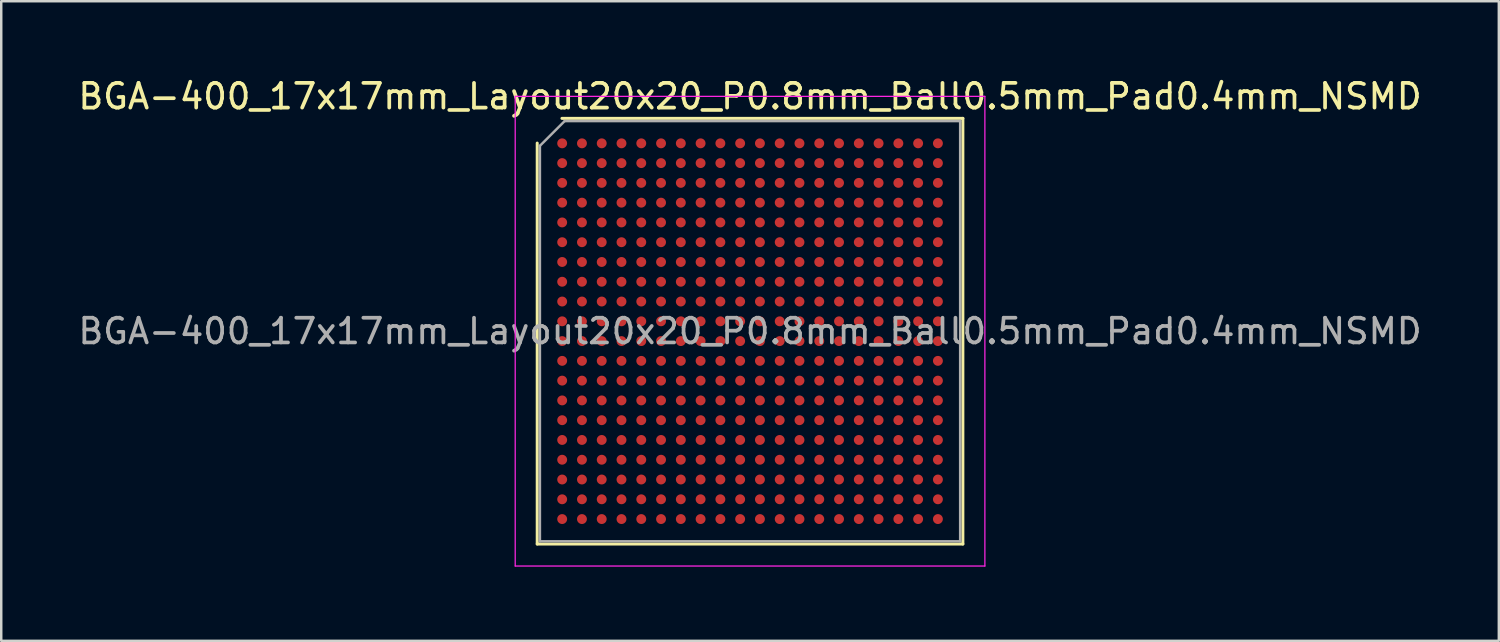
<source format=kicad_pcb>
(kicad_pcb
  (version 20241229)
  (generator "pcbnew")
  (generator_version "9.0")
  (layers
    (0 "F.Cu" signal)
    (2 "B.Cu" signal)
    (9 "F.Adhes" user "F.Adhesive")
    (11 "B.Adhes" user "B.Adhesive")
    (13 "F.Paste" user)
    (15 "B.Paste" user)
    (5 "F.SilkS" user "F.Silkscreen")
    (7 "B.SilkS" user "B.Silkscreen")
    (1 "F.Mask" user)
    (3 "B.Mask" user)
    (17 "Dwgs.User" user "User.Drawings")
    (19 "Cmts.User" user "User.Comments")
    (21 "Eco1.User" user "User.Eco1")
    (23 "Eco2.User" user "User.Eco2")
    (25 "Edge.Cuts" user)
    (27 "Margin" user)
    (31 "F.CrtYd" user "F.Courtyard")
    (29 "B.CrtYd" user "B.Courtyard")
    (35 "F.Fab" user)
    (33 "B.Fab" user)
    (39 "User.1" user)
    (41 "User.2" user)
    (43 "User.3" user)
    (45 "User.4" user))
  (footprint "BGA-400_17x17mm_Layout20x20_P0.8mm_Ball0.5mm_Pad0.4mm_NSMD"
    (layer "F.Cu")
    (at 27.292 10.348)
    (property "Reference" "BGA-400_17x17mm_Layout20x20_P0.8mm_Ball0.5mm_Pad0.4mm_NSMD" (at 0 -9.5 0) (layer "F.SilkS") (effects (font (size 1 1) (thickness 0.15))))
    (attr smd)
    (fp_line (start -8.61 8.61) (end -8.61 -7.61) (stroke (width 0.12) (type solid)) (layer "F.SilkS"))
    (fp_line (start -7.61 -8.61) (end 8.61 -8.61) (stroke (width 0.12) (type solid)) (layer "F.SilkS"))
    (fp_line (start 8.61 -8.61) (end 8.61 8.61) (stroke (width 0.12) (type solid)) (layer "F.SilkS"))
    (fp_line (start 8.61 8.61) (end -8.61 8.61) (stroke (width 0.12) (type solid)) (layer "F.SilkS"))
    (fp_line (start -9.5 -9.5) (end -9.5 9.5) (stroke (width 0.05) (type solid)) (layer "F.CrtYd"))
    (fp_line (start -9.5 9.5) (end 9.5 9.5) (stroke (width 0.05) (type solid)) (layer "F.CrtYd"))
    (fp_line (start 9.5 -9.5) (end -9.5 -9.5) (stroke (width 0.05) (type solid)) (layer "F.CrtYd"))
    (fp_line (start 9.5 9.5) (end 9.5 -9.5) (stroke (width 0.05) (type solid)) (layer "F.CrtYd"))
    (fp_line (start -8.5 -7.5) (end -7.5 -8.5) (stroke (width 0.1) (type solid)) (layer "F.Fab"))
    (fp_line (start -8.5 8.5) (end -8.5 -7.5) (stroke (width 0.1) (type solid)) (layer "F.Fab"))
    (fp_line (start -7.5 -8.5) (end 8.5 -8.5) (stroke (width 0.1) (type solid)) (layer "F.Fab"))
    (fp_line (start 8.5 -8.5) (end 8.5 8.5) (stroke (width 0.1) (type solid)) (layer "F.Fab"))
    (fp_line (start 8.5 8.5) (end -8.5 8.5) (stroke (width 0.1) (type solid)) (layer "F.Fab"))
    (fp_text user "${REFERENCE}" (at 0 0 0) (layer "F.Fab") (effects (font (size 1 1) (thickness 0.15))))
    (pad "A1" smd circle (at -7.6 -7.6) (size 0.4 0.4) (layers "F.Cu" "F.Mask" "F.Paste"))
    (pad "A2" smd circle (at -6.8 -7.6) (size 0.4 0.4) (layers "F.Cu" "F.Mask" "F.Paste"))
    (pad "A3" smd circle (at -6 -7.6) (size 0.4 0.4) (layers "F.Cu" "F.Mask" "F.Paste"))
    (pad "A4" smd circle (at -5.2 -7.6) (size 0.4 0.4) (layers "F.Cu" "F.Mask" "F.Paste"))
    (pad "A5" smd circle (at -4.4 -7.6) (size 0.4 0.4) (layers "F.Cu" "F.Mask" "F.Paste"))
    (pad "A6" smd circle (at -3.6 -7.6) (size 0.4 0.4) (layers "F.Cu" "F.Mask" "F.Paste"))
    (pad "A7" smd circle (at -2.8 -7.6) (size 0.4 0.4) (layers "F.Cu" "F.Mask" "F.Paste"))
    (pad "A8" smd circle (at -2 -7.6) (size 0.4 0.4) (layers "F.Cu" "F.Mask" "F.Paste"))
    (pad "A9" smd circle (at -1.2 -7.6) (size 0.4 0.4) (layers "F.Cu" "F.Mask" "F.Paste"))
    (pad "A10" smd circle (at -0.4 -7.6) (size 0.4 0.4) (layers "F.Cu" "F.Mask" "F.Paste"))
    (pad "A11" smd circle (at 0.4 -7.6) (size 0.4 0.4) (layers "F.Cu" "F.Mask" "F.Paste"))
    (pad "A12" smd circle (at 1.2 -7.6) (size 0.4 0.4) (layers "F.Cu" "F.Mask" "F.Paste"))
    (pad "A13" smd circle (at 2 -7.6) (size 0.4 0.4) (layers "F.Cu" "F.Mask" "F.Paste"))
    (pad "A14" smd circle (at 2.8 -7.6) (size 0.4 0.4) (layers "F.Cu" "F.Mask" "F.Paste"))
    (pad "A15" smd circle (at 3.6 -7.6) (size 0.4 0.4) (layers "F.Cu" "F.Mask" "F.Paste"))
    (pad "A16" smd circle (at 4.4 -7.6) (size 0.4 0.4) (layers "F.Cu" "F.Mask" "F.Paste"))
    (pad "A17" smd circle (at 5.2 -7.6) (size 0.4 0.4) (layers "F.Cu" "F.Mask" "F.Paste"))
    (pad "A18" smd circle (at 6 -7.6) (size 0.4 0.4) (layers "F.Cu" "F.Mask" "F.Paste"))
    (pad "A19" smd circle (at 6.8 -7.6) (size 0.4 0.4) (layers "F.Cu" "F.Mask" "F.Paste"))
    (pad "A20" smd circle (at 7.6 -7.6) (size 0.4 0.4) (layers "F.Cu" "F.Mask" "F.Paste"))
    (pad "B1" smd circle (at -7.6 -6.8) (size 0.4 0.4) (layers "F.Cu" "F.Mask" "F.Paste"))
    (pad "B2" smd circle (at -6.8 -6.8) (size 0.4 0.4) (layers "F.Cu" "F.Mask" "F.Paste"))
    (pad "B3" smd circle (at -6 -6.8) (size 0.4 0.4) (layers "F.Cu" "F.Mask" "F.Paste"))
    (pad "B4" smd circle (at -5.2 -6.8) (size 0.4 0.4) (layers "F.Cu" "F.Mask" "F.Paste"))
    (pad "B5" smd circle (at -4.4 -6.8) (size 0.4 0.4) (layers "F.Cu" "F.Mask" "F.Paste"))
    (pad "B6" smd circle (at -3.6 -6.8) (size 0.4 0.4) (layers "F.Cu" "F.Mask" "F.Paste"))
    (pad "B7" smd circle (at -2.8 -6.8) (size 0.4 0.4) (layers "F.Cu" "F.Mask" "F.Paste"))
    (pad "B8" smd circle (at -2 -6.8) (size 0.4 0.4) (layers "F.Cu" "F.Mask" "F.Paste"))
    (pad "B9" smd circle (at -1.2 -6.8) (size 0.4 0.4) (layers "F.Cu" "F.Mask" "F.Paste"))
    (pad "B10" smd circle (at -0.4 -6.8) (size 0.4 0.4) (layers "F.Cu" "F.Mask" "F.Paste"))
    (pad "B11" smd circle (at 0.4 -6.8) (size 0.4 0.4) (layers "F.Cu" "F.Mask" "F.Paste"))
    (pad "B12" smd circle (at 1.2 -6.8) (size 0.4 0.4) (layers "F.Cu" "F.Mask" "F.Paste"))
    (pad "B13" smd circle (at 2 -6.8) (size 0.4 0.4) (layers "F.Cu" "F.Mask" "F.Paste"))
    (pad "B14" smd circle (at 2.8 -6.8) (size 0.4 0.4) (layers "F.Cu" "F.Mask" "F.Paste"))
    (pad "B15" smd circle (at 3.6 -6.8) (size 0.4 0.4) (layers "F.Cu" "F.Mask" "F.Paste"))
    (pad "B16" smd circle (at 4.4 -6.8) (size 0.4 0.4) (layers "F.Cu" "F.Mask" "F.Paste"))
    (pad "B17" smd circle (at 5.2 -6.8) (size 0.4 0.4) (layers "F.Cu" "F.Mask" "F.Paste"))
    (pad "B18" smd circle (at 6 -6.8) (size 0.4 0.4) (layers "F.Cu" "F.Mask" "F.Paste"))
    (pad "B19" smd circle (at 6.8 -6.8) (size 0.4 0.4) (layers "F.Cu" "F.Mask" "F.Paste"))
    (pad "B20" smd circle (at 7.6 -6.8) (size 0.4 0.4) (layers "F.Cu" "F.Mask" "F.Paste"))
    (pad "C1" smd circle (at -7.6 -6) (size 0.4 0.4) (layers "F.Cu" "F.Mask" "F.Paste"))
    (pad "C2" smd circle (at -6.8 -6) (size 0.4 0.4) (layers "F.Cu" "F.Mask" "F.Paste"))
    (pad "C3" smd circle (at -6 -6) (size 0.4 0.4) (layers "F.Cu" "F.Mask" "F.Paste"))
    (pad "C4" smd circle (at -5.2 -6) (size 0.4 0.4) (layers "F.Cu" "F.Mask" "F.Paste"))
    (pad "C5" smd circle (at -4.4 -6) (size 0.4 0.4) (layers "F.Cu" "F.Mask" "F.Paste"))
    (pad "C6" smd circle (at -3.6 -6) (size 0.4 0.4) (layers "F.Cu" "F.Mask" "F.Paste"))
    (pad "C7" smd circle (at -2.8 -6) (size 0.4 0.4) (layers "F.Cu" "F.Mask" "F.Paste"))
    (pad "C8" smd circle (at -2 -6) (size 0.4 0.4) (layers "F.Cu" "F.Mask" "F.Paste"))
    (pad "C9" smd circle (at -1.2 -6) (size 0.4 0.4) (layers "F.Cu" "F.Mask" "F.Paste"))
    (pad "C10" smd circle (at -0.4 -6) (size 0.4 0.4) (layers "F.Cu" "F.Mask" "F.Paste"))
    (pad "C11" smd circle (at 0.4 -6) (size 0.4 0.4) (layers "F.Cu" "F.Mask" "F.Paste"))
    (pad "C12" smd circle (at 1.2 -6) (size 0.4 0.4) (layers "F.Cu" "F.Mask" "F.Paste"))
    (pad "C13" smd circle (at 2 -6) (size 0.4 0.4) (layers "F.Cu" "F.Mask" "F.Paste"))
    (pad "C14" smd circle (at 2.8 -6) (size 0.4 0.4) (layers "F.Cu" "F.Mask" "F.Paste"))
    (pad "C15" smd circle (at 3.6 -6) (size 0.4 0.4) (layers "F.Cu" "F.Mask" "F.Paste"))
    (pad "C16" smd circle (at 4.4 -6) (size 0.4 0.4) (layers "F.Cu" "F.Mask" "F.Paste"))
    (pad "C17" smd circle (at 5.2 -6) (size 0.4 0.4) (layers "F.Cu" "F.Mask" "F.Paste"))
    (pad "C18" smd circle (at 6 -6) (size 0.4 0.4) (layers "F.Cu" "F.Mask" "F.Paste"))
    (pad "C19" smd circle (at 6.8 -6) (size 0.4 0.4) (layers "F.Cu" "F.Mask" "F.Paste"))
    (pad "C20" smd circle (at 7.6 -6) (size 0.4 0.4) (layers "F.Cu" "F.Mask" "F.Paste"))
    (pad "D1" smd circle (at -7.6 -5.2) (size 0.4 0.4) (layers "F.Cu" "F.Mask" "F.Paste"))
    (pad "D2" smd circle (at -6.8 -5.2) (size 0.4 0.4) (layers "F.Cu" "F.Mask" "F.Paste"))
    (pad "D3" smd circle (at -6 -5.2) (size 0.4 0.4) (layers "F.Cu" "F.Mask" "F.Paste"))
    (pad "D4" smd circle (at -5.2 -5.2) (size 0.4 0.4) (layers "F.Cu" "F.Mask" "F.Paste"))
    (pad "D5" smd circle (at -4.4 -5.2) (size 0.4 0.4) (layers "F.Cu" "F.Mask" "F.Paste"))
    (pad "D6" smd circle (at -3.6 -5.2) (size 0.4 0.4) (layers "F.Cu" "F.Mask" "F.Paste"))
    (pad "D7" smd circle (at -2.8 -5.2) (size 0.4 0.4) (layers "F.Cu" "F.Mask" "F.Paste"))
    (pad "D8" smd circle (at -2 -5.2) (size 0.4 0.4) (layers "F.Cu" "F.Mask" "F.Paste"))
    (pad "D9" smd circle (at -1.2 -5.2) (size 0.4 0.4) (layers "F.Cu" "F.Mask" "F.Paste"))
    (pad "D10" smd circle (at -0.4 -5.2) (size 0.4 0.4) (layers "F.Cu" "F.Mask" "F.Paste"))
    (pad "D11" smd circle (at 0.4 -5.2) (size 0.4 0.4) (layers "F.Cu" "F.Mask" "F.Paste"))
    (pad "D12" smd circle (at 1.2 -5.2) (size 0.4 0.4) (layers "F.Cu" "F.Mask" "F.Paste"))
    (pad "D13" smd circle (at 2 -5.2) (size 0.4 0.4) (layers "F.Cu" "F.Mask" "F.Paste"))
    (pad "D14" smd circle (at 2.8 -5.2) (size 0.4 0.4) (layers "F.Cu" "F.Mask" "F.Paste"))
    (pad "D15" smd circle (at 3.6 -5.2) (size 0.4 0.4) (layers "F.Cu" "F.Mask" "F.Paste"))
    (pad "D16" smd circle (at 4.4 -5.2) (size 0.4 0.4) (layers "F.Cu" "F.Mask" "F.Paste"))
    (pad "D17" smd circle (at 5.2 -5.2) (size 0.4 0.4) (layers "F.Cu" "F.Mask" "F.Paste"))
    (pad "D18" smd circle (at 6 -5.2) (size 0.4 0.4) (layers "F.Cu" "F.Mask" "F.Paste"))
    (pad "D19" smd circle (at 6.8 -5.2) (size 0.4 0.4) (layers "F.Cu" "F.Mask" "F.Paste"))
    (pad "D20" smd circle (at 7.6 -5.2) (size 0.4 0.4) (layers "F.Cu" "F.Mask" "F.Paste"))
    (pad "E1" smd circle (at -7.6 -4.4) (size 0.4 0.4) (layers "F.Cu" "F.Mask" "F.Paste"))
    (pad "E2" smd circle (at -6.8 -4.4) (size 0.4 0.4) (layers "F.Cu" "F.Mask" "F.Paste"))
    (pad "E3" smd circle (at -6 -4.4) (size 0.4 0.4) (layers "F.Cu" "F.Mask" "F.Paste"))
    (pad "E4" smd circle (at -5.2 -4.4) (size 0.4 0.4) (layers "F.Cu" "F.Mask" "F.Paste"))
    (pad "E5" smd circle (at -4.4 -4.4) (size 0.4 0.4) (layers "F.Cu" "F.Mask" "F.Paste"))
    (pad "E6" smd circle (at -3.6 -4.4) (size 0.4 0.4) (layers "F.Cu" "F.Mask" "F.Paste"))
    (pad "E7" smd circle (at -2.8 -4.4) (size 0.4 0.4) (layers "F.Cu" "F.Mask" "F.Paste"))
    (pad "E8" smd circle (at -2 -4.4) (size 0.4 0.4) (layers "F.Cu" "F.Mask" "F.Paste"))
    (pad "E9" smd circle (at -1.2 -4.4) (size 0.4 0.4) (layers "F.Cu" "F.Mask" "F.Paste"))
    (pad "E10" smd circle (at -0.4 -4.4) (size 0.4 0.4) (layers "F.Cu" "F.Mask" "F.Paste"))
    (pad "E11" smd circle (at 0.4 -4.4) (size 0.4 0.4) (layers "F.Cu" "F.Mask" "F.Paste"))
    (pad "E12" smd circle (at 1.2 -4.4) (size 0.4 0.4) (layers "F.Cu" "F.Mask" "F.Paste"))
    (pad "E13" smd circle (at 2 -4.4) (size 0.4 0.4) (layers "F.Cu" "F.Mask" "F.Paste"))
    (pad "E14" smd circle (at 2.8 -4.4) (size 0.4 0.4) (layers "F.Cu" "F.Mask" "F.Paste"))
    (pad "E15" smd circle (at 3.6 -4.4) (size 0.4 0.4) (layers "F.Cu" "F.Mask" "F.Paste"))
    (pad "E16" smd circle (at 4.4 -4.4) (size 0.4 0.4) (layers "F.Cu" "F.Mask" "F.Paste"))
    (pad "E17" smd circle (at 5.2 -4.4) (size 0.4 0.4) (layers "F.Cu" "F.Mask" "F.Paste"))
    (pad "E18" smd circle (at 6 -4.4) (size 0.4 0.4) (layers "F.Cu" "F.Mask" "F.Paste"))
    (pad "E19" smd circle (at 6.8 -4.4) (size 0.4 0.4) (layers "F.Cu" "F.Mask" "F.Paste"))
    (pad "E20" smd circle (at 7.6 -4.4) (size 0.4 0.4) (layers "F.Cu" "F.Mask" "F.Paste"))
    (pad "F1" smd circle (at -7.6 -3.6) (size 0.4 0.4) (layers "F.Cu" "F.Mask" "F.Paste"))
    (pad "F2" smd circle (at -6.8 -3.6) (size 0.4 0.4) (layers "F.Cu" "F.Mask" "F.Paste"))
    (pad "F3" smd circle (at -6 -3.6) (size 0.4 0.4) (layers "F.Cu" "F.Mask" "F.Paste"))
    (pad "F4" smd circle (at -5.2 -3.6) (size 0.4 0.4) (layers "F.Cu" "F.Mask" "F.Paste"))
    (pad "F5" smd circle (at -4.4 -3.6) (size 0.4 0.4) (layers "F.Cu" "F.Mask" "F.Paste"))
    (pad "F6" smd circle (at -3.6 -3.6) (size 0.4 0.4) (layers "F.Cu" "F.Mask" "F.Paste"))
    (pad "F7" smd circle (at -2.8 -3.6) (size 0.4 0.4) (layers "F.Cu" "F.Mask" "F.Paste"))
    (pad "F8" smd circle (at -2 -3.6) (size 0.4 0.4) (layers "F.Cu" "F.Mask" "F.Paste"))
    (pad "F9" smd circle (at -1.2 -3.6) (size 0.4 0.4) (layers "F.Cu" "F.Mask" "F.Paste"))
    (pad "F10" smd circle (at -0.4 -3.6) (size 0.4 0.4) (layers "F.Cu" "F.Mask" "F.Paste"))
    (pad "F11" smd circle (at 0.4 -3.6) (size 0.4 0.4) (layers "F.Cu" "F.Mask" "F.Paste"))
    (pad "F12" smd circle (at 1.2 -3.6) (size 0.4 0.4) (layers "F.Cu" "F.Mask" "F.Paste"))
    (pad "F13" smd circle (at 2 -3.6) (size 0.4 0.4) (layers "F.Cu" "F.Mask" "F.Paste"))
    (pad "F14" smd circle (at 2.8 -3.6) (size 0.4 0.4) (layers "F.Cu" "F.Mask" "F.Paste"))
    (pad "F15" smd circle (at 3.6 -3.6) (size 0.4 0.4) (layers "F.Cu" "F.Mask" "F.Paste"))
    (pad "F16" smd circle (at 4.4 -3.6) (size 0.4 0.4) (layers "F.Cu" "F.Mask" "F.Paste"))
    (pad "F17" smd circle (at 5.2 -3.6) (size 0.4 0.4) (layers "F.Cu" "F.Mask" "F.Paste"))
    (pad "F18" smd circle (at 6 -3.6) (size 0.4 0.4) (layers "F.Cu" "F.Mask" "F.Paste"))
    (pad "F19" smd circle (at 6.8 -3.6) (size 0.4 0.4) (layers "F.Cu" "F.Mask" "F.Paste"))
    (pad "F20" smd circle (at 7.6 -3.6) (size 0.4 0.4) (layers "F.Cu" "F.Mask" "F.Paste"))
    (pad "G1" smd circle (at -7.6 -2.8) (size 0.4 0.4) (layers "F.Cu" "F.Mask" "F.Paste"))
    (pad "G2" smd circle (at -6.8 -2.8) (size 0.4 0.4) (layers "F.Cu" "F.Mask" "F.Paste"))
    (pad "G3" smd circle (at -6 -2.8) (size 0.4 0.4) (layers "F.Cu" "F.Mask" "F.Paste"))
    (pad "G4" smd circle (at -5.2 -2.8) (size 0.4 0.4) (layers "F.Cu" "F.Mask" "F.Paste"))
    (pad "G5" smd circle (at -4.4 -2.8) (size 0.4 0.4) (layers "F.Cu" "F.Mask" "F.Paste"))
    (pad "G6" smd circle (at -3.6 -2.8) (size 0.4 0.4) (layers "F.Cu" "F.Mask" "F.Paste"))
    (pad "G7" smd circle (at -2.8 -2.8) (size 0.4 0.4) (layers "F.Cu" "F.Mask" "F.Paste"))
    (pad "G8" smd circle (at -2 -2.8) (size 0.4 0.4) (layers "F.Cu" "F.Mask" "F.Paste"))
    (pad "G9" smd circle (at -1.2 -2.8) (size 0.4 0.4) (layers "F.Cu" "F.Mask" "F.Paste"))
    (pad "G10" smd circle (at -0.4 -2.8) (size 0.4 0.4) (layers "F.Cu" "F.Mask" "F.Paste"))
    (pad "G11" smd circle (at 0.4 -2.8) (size 0.4 0.4) (layers "F.Cu" "F.Mask" "F.Paste"))
    (pad "G12" smd circle (at 1.2 -2.8) (size 0.4 0.4) (layers "F.Cu" "F.Mask" "F.Paste"))
    (pad "G13" smd circle (at 2 -2.8) (size 0.4 0.4) (layers "F.Cu" "F.Mask" "F.Paste"))
    (pad "G14" smd circle (at 2.8 -2.8) (size 0.4 0.4) (layers "F.Cu" "F.Mask" "F.Paste"))
    (pad "G15" smd circle (at 3.6 -2.8) (size 0.4 0.4) (layers "F.Cu" "F.Mask" "F.Paste"))
    (pad "G16" smd circle (at 4.4 -2.8) (size 0.4 0.4) (layers "F.Cu" "F.Mask" "F.Paste"))
    (pad "G17" smd circle (at 5.2 -2.8) (size 0.4 0.4) (layers "F.Cu" "F.Mask" "F.Paste"))
    (pad "G18" smd circle (at 6 -2.8) (size 0.4 0.4) (layers "F.Cu" "F.Mask" "F.Paste"))
    (pad "G19" smd circle (at 6.8 -2.8) (size 0.4 0.4) (layers "F.Cu" "F.Mask" "F.Paste"))
    (pad "G20" smd circle (at 7.6 -2.8) (size 0.4 0.4) (layers "F.Cu" "F.Mask" "F.Paste"))
    (pad "H1" smd circle (at -7.6 -2) (size 0.4 0.4) (layers "F.Cu" "F.Mask" "F.Paste"))
    (pad "H2" smd circle (at -6.8 -2) (size 0.4 0.4) (layers "F.Cu" "F.Mask" "F.Paste"))
    (pad "H3" smd circle (at -6 -2) (size 0.4 0.4) (layers "F.Cu" "F.Mask" "F.Paste"))
    (pad "H4" smd circle (at -5.2 -2) (size 0.4 0.4) (layers "F.Cu" "F.Mask" "F.Paste"))
    (pad "H5" smd circle (at -4.4 -2) (size 0.4 0.4) (layers "F.Cu" "F.Mask" "F.Paste"))
    (pad "H6" smd circle (at -3.6 -2) (size 0.4 0.4) (layers "F.Cu" "F.Mask" "F.Paste"))
    (pad "H7" smd circle (at -2.8 -2) (size 0.4 0.4) (layers "F.Cu" "F.Mask" "F.Paste"))
    (pad "H8" smd circle (at -2 -2) (size 0.4 0.4) (layers "F.Cu" "F.Mask" "F.Paste"))
    (pad "H9" smd circle (at -1.2 -2) (size 0.4 0.4) (layers "F.Cu" "F.Mask" "F.Paste"))
    (pad "H10" smd circle (at -0.4 -2) (size 0.4 0.4) (layers "F.Cu" "F.Mask" "F.Paste"))
    (pad "H11" smd circle (at 0.4 -2) (size 0.4 0.4) (layers "F.Cu" "F.Mask" "F.Paste"))
    (pad "H12" smd circle (at 1.2 -2) (size 0.4 0.4) (layers "F.Cu" "F.Mask" "F.Paste"))
    (pad "H13" smd circle (at 2 -2) (size 0.4 0.4) (layers "F.Cu" "F.Mask" "F.Paste"))
    (pad "H14" smd circle (at 2.8 -2) (size 0.4 0.4) (layers "F.Cu" "F.Mask" "F.Paste"))
    (pad "H15" smd circle (at 3.6 -2) (size 0.4 0.4) (layers "F.Cu" "F.Mask" "F.Paste"))
    (pad "H16" smd circle (at 4.4 -2) (size 0.4 0.4) (layers "F.Cu" "F.Mask" "F.Paste"))
    (pad "H17" smd circle (at 5.2 -2) (size 0.4 0.4) (layers "F.Cu" "F.Mask" "F.Paste"))
    (pad "H18" smd circle (at 6 -2) (size 0.4 0.4) (layers "F.Cu" "F.Mask" "F.Paste"))
    (pad "H19" smd circle (at 6.8 -2) (size 0.4 0.4) (layers "F.Cu" "F.Mask" "F.Paste"))
    (pad "H20" smd circle (at 7.6 -2) (size 0.4 0.4) (layers "F.Cu" "F.Mask" "F.Paste"))
    (pad "J1" smd circle (at -7.6 -1.2) (size 0.4 0.4) (layers "F.Cu" "F.Mask" "F.Paste"))
    (pad "J2" smd circle (at -6.8 -1.2) (size 0.4 0.4) (layers "F.Cu" "F.Mask" "F.Paste"))
    (pad "J3" smd circle (at -6 -1.2) (size 0.4 0.4) (layers "F.Cu" "F.Mask" "F.Paste"))
    (pad "J4" smd circle (at -5.2 -1.2) (size 0.4 0.4) (layers "F.Cu" "F.Mask" "F.Paste"))
    (pad "J5" smd circle (at -4.4 -1.2) (size 0.4 0.4) (layers "F.Cu" "F.Mask" "F.Paste"))
    (pad "J6" smd circle (at -3.6 -1.2) (size 0.4 0.4) (layers "F.Cu" "F.Mask" "F.Paste"))
    (pad "J7" smd circle (at -2.8 -1.2) (size 0.4 0.4) (layers "F.Cu" "F.Mask" "F.Paste"))
    (pad "J8" smd circle (at -2 -1.2) (size 0.4 0.4) (layers "F.Cu" "F.Mask" "F.Paste"))
    (pad "J9" smd circle (at -1.2 -1.2) (size 0.4 0.4) (layers "F.Cu" "F.Mask" "F.Paste"))
    (pad "J10" smd circle (at -0.4 -1.2) (size 0.4 0.4) (layers "F.Cu" "F.Mask" "F.Paste"))
    (pad "J11" smd circle (at 0.4 -1.2) (size 0.4 0.4) (layers "F.Cu" "F.Mask" "F.Paste"))
    (pad "J12" smd circle (at 1.2 -1.2) (size 0.4 0.4) (layers "F.Cu" "F.Mask" "F.Paste"))
    (pad "J13" smd circle (at 2 -1.2) (size 0.4 0.4) (layers "F.Cu" "F.Mask" "F.Paste"))
    (pad "J14" smd circle (at 2.8 -1.2) (size 0.4 0.4) (layers "F.Cu" "F.Mask" "F.Paste"))
    (pad "J15" smd circle (at 3.6 -1.2) (size 0.4 0.4) (layers "F.Cu" "F.Mask" "F.Paste"))
    (pad "J16" smd circle (at 4.4 -1.2) (size 0.4 0.4) (layers "F.Cu" "F.Mask" "F.Paste"))
    (pad "J17" smd circle (at 5.2 -1.2) (size 0.4 0.4) (layers "F.Cu" "F.Mask" "F.Paste"))
    (pad "J18" smd circle (at 6 -1.2) (size 0.4 0.4) (layers "F.Cu" "F.Mask" "F.Paste"))
    (pad "J19" smd circle (at 6.8 -1.2) (size 0.4 0.4) (layers "F.Cu" "F.Mask" "F.Paste"))
    (pad "J20" smd circle (at 7.6 -1.2) (size 0.4 0.4) (layers "F.Cu" "F.Mask" "F.Paste"))
    (pad "K1" smd circle (at -7.6 -0.4) (size 0.4 0.4) (layers "F.Cu" "F.Mask" "F.Paste"))
    (pad "K2" smd circle (at -6.8 -0.4) (size 0.4 0.4) (layers "F.Cu" "F.Mask" "F.Paste"))
    (pad "K3" smd circle (at -6 -0.4) (size 0.4 0.4) (layers "F.Cu" "F.Mask" "F.Paste"))
    (pad "K4" smd circle (at -5.2 -0.4) (size 0.4 0.4) (layers "F.Cu" "F.Mask" "F.Paste"))
    (pad "K5" smd circle (at -4.4 -0.4) (size 0.4 0.4) (layers "F.Cu" "F.Mask" "F.Paste"))
    (pad "K6" smd circle (at -3.6 -0.4) (size 0.4 0.4) (layers "F.Cu" "F.Mask" "F.Paste"))
    (pad "K7" smd circle (at -2.8 -0.4) (size 0.4 0.4) (layers "F.Cu" "F.Mask" "F.Paste"))
    (pad "K8" smd circle (at -2 -0.4) (size 0.4 0.4) (layers "F.Cu" "F.Mask" "F.Paste"))
    (pad "K9" smd circle (at -1.2 -0.4) (size 0.4 0.4) (layers "F.Cu" "F.Mask" "F.Paste"))
    (pad "K10" smd circle (at -0.4 -0.4) (size 0.4 0.4) (layers "F.Cu" "F.Mask" "F.Paste"))
    (pad "K11" smd circle (at 0.4 -0.4) (size 0.4 0.4) (layers "F.Cu" "F.Mask" "F.Paste"))
    (pad "K12" smd circle (at 1.2 -0.4) (size 0.4 0.4) (layers "F.Cu" "F.Mask" "F.Paste"))
    (pad "K13" smd circle (at 2 -0.4) (size 0.4 0.4) (layers "F.Cu" "F.Mask" "F.Paste"))
    (pad "K14" smd circle (at 2.8 -0.4) (size 0.4 0.4) (layers "F.Cu" "F.Mask" "F.Paste"))
    (pad "K15" smd circle (at 3.6 -0.4) (size 0.4 0.4) (layers "F.Cu" "F.Mask" "F.Paste"))
    (pad "K16" smd circle (at 4.4 -0.4) (size 0.4 0.4) (layers "F.Cu" "F.Mask" "F.Paste"))
    (pad "K17" smd circle (at 5.2 -0.4) (size 0.4 0.4) (layers "F.Cu" "F.Mask" "F.Paste"))
    (pad "K18" smd circle (at 6 -0.4) (size 0.4 0.4) (layers "F.Cu" "F.Mask" "F.Paste"))
    (pad "K19" smd circle (at 6.8 -0.4) (size 0.4 0.4) (layers "F.Cu" "F.Mask" "F.Paste"))
    (pad "K20" smd circle (at 7.6 -0.4) (size 0.4 0.4) (layers "F.Cu" "F.Mask" "F.Paste"))
    (pad "L1" smd circle (at -7.6 0.4) (size 0.4 0.4) (layers "F.Cu" "F.Mask" "F.Paste"))
    (pad "L2" smd circle (at -6.8 0.4) (size 0.4 0.4) (layers "F.Cu" "F.Mask" "F.Paste"))
    (pad "L3" smd circle (at -6 0.4) (size 0.4 0.4) (layers "F.Cu" "F.Mask" "F.Paste"))
    (pad "L4" smd circle (at -5.2 0.4) (size 0.4 0.4) (layers "F.Cu" "F.Mask" "F.Paste"))
    (pad "L5" smd circle (at -4.4 0.4) (size 0.4 0.4) (layers "F.Cu" "F.Mask" "F.Paste"))
    (pad "L6" smd circle (at -3.6 0.4) (size 0.4 0.4) (layers "F.Cu" "F.Mask" "F.Paste"))
    (pad "L7" smd circle (at -2.8 0.4) (size 0.4 0.4) (layers "F.Cu" "F.Mask" "F.Paste"))
    (pad "L8" smd circle (at -2 0.4) (size 0.4 0.4) (layers "F.Cu" "F.Mask" "F.Paste"))
    (pad "L9" smd circle (at -1.2 0.4) (size 0.4 0.4) (layers "F.Cu" "F.Mask" "F.Paste"))
    (pad "L10" smd circle (at -0.4 0.4) (size 0.4 0.4) (layers "F.Cu" "F.Mask" "F.Paste"))
    (pad "L11" smd circle (at 0.4 0.4) (size 0.4 0.4) (layers "F.Cu" "F.Mask" "F.Paste"))
    (pad "L12" smd circle (at 1.2 0.4) (size 0.4 0.4) (layers "F.Cu" "F.Mask" "F.Paste"))
    (pad "L13" smd circle (at 2 0.4) (size 0.4 0.4) (layers "F.Cu" "F.Mask" "F.Paste"))
    (pad "L14" smd circle (at 2.8 0.4) (size 0.4 0.4) (layers "F.Cu" "F.Mask" "F.Paste"))
    (pad "L15" smd circle (at 3.6 0.4) (size 0.4 0.4) (layers "F.Cu" "F.Mask" "F.Paste"))
    (pad "L16" smd circle (at 4.4 0.4) (size 0.4 0.4) (layers "F.Cu" "F.Mask" "F.Paste"))
    (pad "L17" smd circle (at 5.2 0.4) (size 0.4 0.4) (layers "F.Cu" "F.Mask" "F.Paste"))
    (pad "L18" smd circle (at 6 0.4) (size 0.4 0.4) (layers "F.Cu" "F.Mask" "F.Paste"))
    (pad "L19" smd circle (at 6.8 0.4) (size 0.4 0.4) (layers "F.Cu" "F.Mask" "F.Paste"))
    (pad "L20" smd circle (at 7.6 0.4) (size 0.4 0.4) (layers "F.Cu" "F.Mask" "F.Paste"))
    (pad "M1" smd circle (at -7.6 1.2) (size 0.4 0.4) (layers "F.Cu" "F.Mask" "F.Paste"))
    (pad "M2" smd circle (at -6.8 1.2) (size 0.4 0.4) (layers "F.Cu" "F.Mask" "F.Paste"))
    (pad "M3" smd circle (at -6 1.2) (size 0.4 0.4) (layers "F.Cu" "F.Mask" "F.Paste"))
    (pad "M4" smd circle (at -5.2 1.2) (size 0.4 0.4) (layers "F.Cu" "F.Mask" "F.Paste"))
    (pad "M5" smd circle (at -4.4 1.2) (size 0.4 0.4) (layers "F.Cu" "F.Mask" "F.Paste"))
    (pad "M6" smd circle (at -3.6 1.2) (size 0.4 0.4) (layers "F.Cu" "F.Mask" "F.Paste"))
    (pad "M7" smd circle (at -2.8 1.2) (size 0.4 0.4) (layers "F.Cu" "F.Mask" "F.Paste"))
    (pad "M8" smd circle (at -2 1.2) (size 0.4 0.4) (layers "F.Cu" "F.Mask" "F.Paste"))
    (pad "M9" smd circle (at -1.2 1.2) (size 0.4 0.4) (layers "F.Cu" "F.Mask" "F.Paste"))
    (pad "M10" smd circle (at -0.4 1.2) (size 0.4 0.4) (layers "F.Cu" "F.Mask" "F.Paste"))
    (pad "M11" smd circle (at 0.4 1.2) (size 0.4 0.4) (layers "F.Cu" "F.Mask" "F.Paste"))
    (pad "M12" smd circle (at 1.2 1.2) (size 0.4 0.4) (layers "F.Cu" "F.Mask" "F.Paste"))
    (pad "M13" smd circle (at 2 1.2) (size 0.4 0.4) (layers "F.Cu" "F.Mask" "F.Paste"))
    (pad "M14" smd circle (at 2.8 1.2) (size 0.4 0.4) (layers "F.Cu" "F.Mask" "F.Paste"))
    (pad "M15" smd circle (at 3.6 1.2) (size 0.4 0.4) (layers "F.Cu" "F.Mask" "F.Paste"))
    (pad "M16" smd circle (at 4.4 1.2) (size 0.4 0.4) (layers "F.Cu" "F.Mask" "F.Paste"))
    (pad "M17" smd circle (at 5.2 1.2) (size 0.4 0.4) (layers "F.Cu" "F.Mask" "F.Paste"))
    (pad "M18" smd circle (at 6 1.2) (size 0.4 0.4) (layers "F.Cu" "F.Mask" "F.Paste"))
    (pad "M19" smd circle (at 6.8 1.2) (size 0.4 0.4) (layers "F.Cu" "F.Mask" "F.Paste"))
    (pad "M20" smd circle (at 7.6 1.2) (size 0.4 0.4) (layers "F.Cu" "F.Mask" "F.Paste"))
    (pad "N1" smd circle (at -7.6 2) (size 0.4 0.4) (layers "F.Cu" "F.Mask" "F.Paste"))
    (pad "N2" smd circle (at -6.8 2) (size 0.4 0.4) (layers "F.Cu" "F.Mask" "F.Paste"))
    (pad "N3" smd circle (at -6 2) (size 0.4 0.4) (layers "F.Cu" "F.Mask" "F.Paste"))
    (pad "N4" smd circle (at -5.2 2) (size 0.4 0.4) (layers "F.Cu" "F.Mask" "F.Paste"))
    (pad "N5" smd circle (at -4.4 2) (size 0.4 0.4) (layers "F.Cu" "F.Mask" "F.Paste"))
    (pad "N6" smd circle (at -3.6 2) (size 0.4 0.4) (layers "F.Cu" "F.Mask" "F.Paste"))
    (pad "N7" smd circle (at -2.8 2) (size 0.4 0.4) (layers "F.Cu" "F.Mask" "F.Paste"))
    (pad "N8" smd circle (at -2 2) (size 0.4 0.4) (layers "F.Cu" "F.Mask" "F.Paste"))
    (pad "N9" smd circle (at -1.2 2) (size 0.4 0.4) (layers "F.Cu" "F.Mask" "F.Paste"))
    (pad "N10" smd circle (at -0.4 2) (size 0.4 0.4) (layers "F.Cu" "F.Mask" "F.Paste"))
    (pad "N11" smd circle (at 0.4 2) (size 0.4 0.4) (layers "F.Cu" "F.Mask" "F.Paste"))
    (pad "N12" smd circle (at 1.2 2) (size 0.4 0.4) (layers "F.Cu" "F.Mask" "F.Paste"))
    (pad "N13" smd circle (at 2 2) (size 0.4 0.4) (layers "F.Cu" "F.Mask" "F.Paste"))
    (pad "N14" smd circle (at 2.8 2) (size 0.4 0.4) (layers "F.Cu" "F.Mask" "F.Paste"))
    (pad "N15" smd circle (at 3.6 2) (size 0.4 0.4) (layers "F.Cu" "F.Mask" "F.Paste"))
    (pad "N16" smd circle (at 4.4 2) (size 0.4 0.4) (layers "F.Cu" "F.Mask" "F.Paste"))
    (pad "N17" smd circle (at 5.2 2) (size 0.4 0.4) (layers "F.Cu" "F.Mask" "F.Paste"))
    (pad "N18" smd circle (at 6 2) (size 0.4 0.4) (layers "F.Cu" "F.Mask" "F.Paste"))
    (pad "N19" smd circle (at 6.8 2) (size 0.4 0.4) (layers "F.Cu" "F.Mask" "F.Paste"))
    (pad "N20" smd circle (at 7.6 2) (size 0.4 0.4) (layers "F.Cu" "F.Mask" "F.Paste"))
    (pad "P1" smd circle (at -7.6 2.8) (size 0.4 0.4) (layers "F.Cu" "F.Mask" "F.Paste"))
    (pad "P2" smd circle (at -6.8 2.8) (size 0.4 0.4) (layers "F.Cu" "F.Mask" "F.Paste"))
    (pad "P3" smd circle (at -6 2.8) (size 0.4 0.4) (layers "F.Cu" "F.Mask" "F.Paste"))
    (pad "P4" smd circle (at -5.2 2.8) (size 0.4 0.4) (layers "F.Cu" "F.Mask" "F.Paste"))
    (pad "P5" smd circle (at -4.4 2.8) (size 0.4 0.4) (layers "F.Cu" "F.Mask" "F.Paste"))
    (pad "P6" smd circle (at -3.6 2.8) (size 0.4 0.4) (layers "F.Cu" "F.Mask" "F.Paste"))
    (pad "P7" smd circle (at -2.8 2.8) (size 0.4 0.4) (layers "F.Cu" "F.Mask" "F.Paste"))
    (pad "P8" smd circle (at -2 2.8) (size 0.4 0.4) (layers "F.Cu" "F.Mask" "F.Paste"))
    (pad "P9" smd circle (at -1.2 2.8) (size 0.4 0.4) (layers "F.Cu" "F.Mask" "F.Paste"))
    (pad "P10" smd circle (at -0.4 2.8) (size 0.4 0.4) (layers "F.Cu" "F.Mask" "F.Paste"))
    (pad "P11" smd circle (at 0.4 2.8) (size 0.4 0.4) (layers "F.Cu" "F.Mask" "F.Paste"))
    (pad "P12" smd circle (at 1.2 2.8) (size 0.4 0.4) (layers "F.Cu" "F.Mask" "F.Paste"))
    (pad "P13" smd circle (at 2 2.8) (size 0.4 0.4) (layers "F.Cu" "F.Mask" "F.Paste"))
    (pad "P14" smd circle (at 2.8 2.8) (size 0.4 0.4) (layers "F.Cu" "F.Mask" "F.Paste"))
    (pad "P15" smd circle (at 3.6 2.8) (size 0.4 0.4) (layers "F.Cu" "F.Mask" "F.Paste"))
    (pad "P16" smd circle (at 4.4 2.8) (size 0.4 0.4) (layers "F.Cu" "F.Mask" "F.Paste"))
    (pad "P17" smd circle (at 5.2 2.8) (size 0.4 0.4) (layers "F.Cu" "F.Mask" "F.Paste"))
    (pad "P18" smd circle (at 6 2.8) (size 0.4 0.4) (layers "F.Cu" "F.Mask" "F.Paste"))
    (pad "P19" smd circle (at 6.8 2.8) (size 0.4 0.4) (layers "F.Cu" "F.Mask" "F.Paste"))
    (pad "P20" smd circle (at 7.6 2.8) (size 0.4 0.4) (layers "F.Cu" "F.Mask" "F.Paste"))
    (pad "R1" smd circle (at -7.6 3.6) (size 0.4 0.4) (layers "F.Cu" "F.Mask" "F.Paste"))
    (pad "R2" smd circle (at -6.8 3.6) (size 0.4 0.4) (layers "F.Cu" "F.Mask" "F.Paste"))
    (pad "R3" smd circle (at -6 3.6) (size 0.4 0.4) (layers "F.Cu" "F.Mask" "F.Paste"))
    (pad "R4" smd circle (at -5.2 3.6) (size 0.4 0.4) (layers "F.Cu" "F.Mask" "F.Paste"))
    (pad "R5" smd circle (at -4.4 3.6) (size 0.4 0.4) (layers "F.Cu" "F.Mask" "F.Paste"))
    (pad "R6" smd circle (at -3.6 3.6) (size 0.4 0.4) (layers "F.Cu" "F.Mask" "F.Paste"))
    (pad "R7" smd circle (at -2.8 3.6) (size 0.4 0.4) (layers "F.Cu" "F.Mask" "F.Paste"))
    (pad "R8" smd circle (at -2 3.6) (size 0.4 0.4) (layers "F.Cu" "F.Mask" "F.Paste"))
    (pad "R9" smd circle (at -1.2 3.6) (size 0.4 0.4) (layers "F.Cu" "F.Mask" "F.Paste"))
    (pad "R10" smd circle (at -0.4 3.6) (size 0.4 0.4) (layers "F.Cu" "F.Mask" "F.Paste"))
    (pad "R11" smd circle (at 0.4 3.6) (size 0.4 0.4) (layers "F.Cu" "F.Mask" "F.Paste"))
    (pad "R12" smd circle (at 1.2 3.6) (size 0.4 0.4) (layers "F.Cu" "F.Mask" "F.Paste"))
    (pad "R13" smd circle (at 2 3.6) (size 0.4 0.4) (layers "F.Cu" "F.Mask" "F.Paste"))
    (pad "R14" smd circle (at 2.8 3.6) (size 0.4 0.4) (layers "F.Cu" "F.Mask" "F.Paste"))
    (pad "R15" smd circle (at 3.6 3.6) (size 0.4 0.4) (layers "F.Cu" "F.Mask" "F.Paste"))
    (pad "R16" smd circle (at 4.4 3.6) (size 0.4 0.4) (layers "F.Cu" "F.Mask" "F.Paste"))
    (pad "R17" smd circle (at 5.2 3.6) (size 0.4 0.4) (layers "F.Cu" "F.Mask" "F.Paste"))
    (pad "R18" smd circle (at 6 3.6) (size 0.4 0.4) (layers "F.Cu" "F.Mask" "F.Paste"))
    (pad "R19" smd circle (at 6.8 3.6) (size 0.4 0.4) (layers "F.Cu" "F.Mask" "F.Paste"))
    (pad "R20" smd circle (at 7.6 3.6) (size 0.4 0.4) (layers "F.Cu" "F.Mask" "F.Paste"))
    (pad "T1" smd circle (at -7.6 4.4) (size 0.4 0.4) (layers "F.Cu" "F.Mask" "F.Paste"))
    (pad "T2" smd circle (at -6.8 4.4) (size 0.4 0.4) (layers "F.Cu" "F.Mask" "F.Paste"))
    (pad "T3" smd circle (at -6 4.4) (size 0.4 0.4) (layers "F.Cu" "F.Mask" "F.Paste"))
    (pad "T4" smd circle (at -5.2 4.4) (size 0.4 0.4) (layers "F.Cu" "F.Mask" "F.Paste"))
    (pad "T5" smd circle (at -4.4 4.4) (size 0.4 0.4) (layers "F.Cu" "F.Mask" "F.Paste"))
    (pad "T6" smd circle (at -3.6 4.4) (size 0.4 0.4) (layers "F.Cu" "F.Mask" "F.Paste"))
    (pad "T7" smd circle (at -2.8 4.4) (size 0.4 0.4) (layers "F.Cu" "F.Mask" "F.Paste"))
    (pad "T8" smd circle (at -2 4.4) (size 0.4 0.4) (layers "F.Cu" "F.Mask" "F.Paste"))
    (pad "T9" smd circle (at -1.2 4.4) (size 0.4 0.4) (layers "F.Cu" "F.Mask" "F.Paste"))
    (pad "T10" smd circle (at -0.4 4.4) (size 0.4 0.4) (layers "F.Cu" "F.Mask" "F.Paste"))
    (pad "T11" smd circle (at 0.4 4.4) (size 0.4 0.4) (layers "F.Cu" "F.Mask" "F.Paste"))
    (pad "T12" smd circle (at 1.2 4.4) (size 0.4 0.4) (layers "F.Cu" "F.Mask" "F.Paste"))
    (pad "T13" smd circle (at 2 4.4) (size 0.4 0.4) (layers "F.Cu" "F.Mask" "F.Paste"))
    (pad "T14" smd circle (at 2.8 4.4) (size 0.4 0.4) (layers "F.Cu" "F.Mask" "F.Paste"))
    (pad "T15" smd circle (at 3.6 4.4) (size 0.4 0.4) (layers "F.Cu" "F.Mask" "F.Paste"))
    (pad "T16" smd circle (at 4.4 4.4) (size 0.4 0.4) (layers "F.Cu" "F.Mask" "F.Paste"))
    (pad "T17" smd circle (at 5.2 4.4) (size 0.4 0.4) (layers "F.Cu" "F.Mask" "F.Paste"))
    (pad "T18" smd circle (at 6 4.4) (size 0.4 0.4) (layers "F.Cu" "F.Mask" "F.Paste"))
    (pad "T19" smd circle (at 6.8 4.4) (size 0.4 0.4) (layers "F.Cu" "F.Mask" "F.Paste"))
    (pad "T20" smd circle (at 7.6 4.4) (size 0.4 0.4) (layers "F.Cu" "F.Mask" "F.Paste"))
    (pad "U1" smd circle (at -7.6 5.2) (size 0.4 0.4) (layers "F.Cu" "F.Mask" "F.Paste"))
    (pad "U2" smd circle (at -6.8 5.2) (size 0.4 0.4) (layers "F.Cu" "F.Mask" "F.Paste"))
    (pad "U3" smd circle (at -6 5.2) (size 0.4 0.4) (layers "F.Cu" "F.Mask" "F.Paste"))
    (pad "U4" smd circle (at -5.2 5.2) (size 0.4 0.4) (layers "F.Cu" "F.Mask" "F.Paste"))
    (pad "U5" smd circle (at -4.4 5.2) (size 0.4 0.4) (layers "F.Cu" "F.Mask" "F.Paste"))
    (pad "U6" smd circle (at -3.6 5.2) (size 0.4 0.4) (layers "F.Cu" "F.Mask" "F.Paste"))
    (pad "U7" smd circle (at -2.8 5.2) (size 0.4 0.4) (layers "F.Cu" "F.Mask" "F.Paste"))
    (pad "U8" smd circle (at -2 5.2) (size 0.4 0.4) (layers "F.Cu" "F.Mask" "F.Paste"))
    (pad "U9" smd circle (at -1.2 5.2) (size 0.4 0.4) (layers "F.Cu" "F.Mask" "F.Paste"))
    (pad "U10" smd circle (at -0.4 5.2) (size 0.4 0.4) (layers "F.Cu" "F.Mask" "F.Paste"))
    (pad "U11" smd circle (at 0.4 5.2) (size 0.4 0.4) (layers "F.Cu" "F.Mask" "F.Paste"))
    (pad "U12" smd circle (at 1.2 5.2) (size 0.4 0.4) (layers "F.Cu" "F.Mask" "F.Paste"))
    (pad "U13" smd circle (at 2 5.2) (size 0.4 0.4) (layers "F.Cu" "F.Mask" "F.Paste"))
    (pad "U14" smd circle (at 2.8 5.2) (size 0.4 0.4) (layers "F.Cu" "F.Mask" "F.Paste"))
    (pad "U15" smd circle (at 3.6 5.2) (size 0.4 0.4) (layers "F.Cu" "F.Mask" "F.Paste"))
    (pad "U16" smd circle (at 4.4 5.2) (size 0.4 0.4) (layers "F.Cu" "F.Mask" "F.Paste"))
    (pad "U17" smd circle (at 5.2 5.2) (size 0.4 0.4) (layers "F.Cu" "F.Mask" "F.Paste"))
    (pad "U18" smd circle (at 6 5.2) (size 0.4 0.4) (layers "F.Cu" "F.Mask" "F.Paste"))
    (pad "U19" smd circle (at 6.8 5.2) (size 0.4 0.4) (layers "F.Cu" "F.Mask" "F.Paste"))
    (pad "U20" smd circle (at 7.6 5.2) (size 0.4 0.4) (layers "F.Cu" "F.Mask" "F.Paste"))
    (pad "V1" smd circle (at -7.6 6) (size 0.4 0.4) (layers "F.Cu" "F.Mask" "F.Paste"))
    (pad "V2" smd circle (at -6.8 6) (size 0.4 0.4) (layers "F.Cu" "F.Mask" "F.Paste"))
    (pad "V3" smd circle (at -6 6) (size 0.4 0.4) (layers "F.Cu" "F.Mask" "F.Paste"))
    (pad "V4" smd circle (at -5.2 6) (size 0.4 0.4) (layers "F.Cu" "F.Mask" "F.Paste"))
    (pad "V5" smd circle (at -4.4 6) (size 0.4 0.4) (layers "F.Cu" "F.Mask" "F.Paste"))
    (pad "V6" smd circle (at -3.6 6) (size 0.4 0.4) (layers "F.Cu" "F.Mask" "F.Paste"))
    (pad "V7" smd circle (at -2.8 6) (size 0.4 0.4) (layers "F.Cu" "F.Mask" "F.Paste"))
    (pad "V8" smd circle (at -2 6) (size 0.4 0.4) (layers "F.Cu" "F.Mask" "F.Paste"))
    (pad "V9" smd circle (at -1.2 6) (size 0.4 0.4) (layers "F.Cu" "F.Mask" "F.Paste"))
    (pad "V10" smd circle (at -0.4 6) (size 0.4 0.4) (layers "F.Cu" "F.Mask" "F.Paste"))
    (pad "V11" smd circle (at 0.4 6) (size 0.4 0.4) (layers "F.Cu" "F.Mask" "F.Paste"))
    (pad "V12" smd circle (at 1.2 6) (size 0.4 0.4) (layers "F.Cu" "F.Mask" "F.Paste"))
    (pad "V13" smd circle (at 2 6) (size 0.4 0.4) (layers "F.Cu" "F.Mask" "F.Paste"))
    (pad "V14" smd circle (at 2.8 6) (size 0.4 0.4) (layers "F.Cu" "F.Mask" "F.Paste"))
    (pad "V15" smd circle (at 3.6 6) (size 0.4 0.4) (layers "F.Cu" "F.Mask" "F.Paste"))
    (pad "V16" smd circle (at 4.4 6) (size 0.4 0.4) (layers "F.Cu" "F.Mask" "F.Paste"))
    (pad "V17" smd circle (at 5.2 6) (size 0.4 0.4) (layers "F.Cu" "F.Mask" "F.Paste"))
    (pad "V18" smd circle (at 6 6) (size 0.4 0.4) (layers "F.Cu" "F.Mask" "F.Paste"))
    (pad "V19" smd circle (at 6.8 6) (size 0.4 0.4) (layers "F.Cu" "F.Mask" "F.Paste"))
    (pad "V20" smd circle (at 7.6 6) (size 0.4 0.4) (layers "F.Cu" "F.Mask" "F.Paste"))
    (pad "W1" smd circle (at -7.6 6.8) (size 0.4 0.4) (layers "F.Cu" "F.Mask" "F.Paste"))
    (pad "W2" smd circle (at -6.8 6.8) (size 0.4 0.4) (layers "F.Cu" "F.Mask" "F.Paste"))
    (pad "W3" smd circle (at -6 6.8) (size 0.4 0.4) (layers "F.Cu" "F.Mask" "F.Paste"))
    (pad "W4" smd circle (at -5.2 6.8) (size 0.4 0.4) (layers "F.Cu" "F.Mask" "F.Paste"))
    (pad "W5" smd circle (at -4.4 6.8) (size 0.4 0.4) (layers "F.Cu" "F.Mask" "F.Paste"))
    (pad "W6" smd circle (at -3.6 6.8) (size 0.4 0.4) (layers "F.Cu" "F.Mask" "F.Paste"))
    (pad "W7" smd circle (at -2.8 6.8) (size 0.4 0.4) (layers "F.Cu" "F.Mask" "F.Paste"))
    (pad "W8" smd circle (at -2 6.8) (size 0.4 0.4) (layers "F.Cu" "F.Mask" "F.Paste"))
    (pad "W9" smd circle (at -1.2 6.8) (size 0.4 0.4) (layers "F.Cu" "F.Mask" "F.Paste"))
    (pad "W10" smd circle (at -0.4 6.8) (size 0.4 0.4) (layers "F.Cu" "F.Mask" "F.Paste"))
    (pad "W11" smd circle (at 0.4 6.8) (size 0.4 0.4) (layers "F.Cu" "F.Mask" "F.Paste"))
    (pad "W12" smd circle (at 1.2 6.8) (size 0.4 0.4) (layers "F.Cu" "F.Mask" "F.Paste"))
    (pad "W13" smd circle (at 2 6.8) (size 0.4 0.4) (layers "F.Cu" "F.Mask" "F.Paste"))
    (pad "W14" smd circle (at 2.8 6.8) (size 0.4 0.4) (layers "F.Cu" "F.Mask" "F.Paste"))
    (pad "W15" smd circle (at 3.6 6.8) (size 0.4 0.4) (layers "F.Cu" "F.Mask" "F.Paste"))
    (pad "W16" smd circle (at 4.4 6.8) (size 0.4 0.4) (layers "F.Cu" "F.Mask" "F.Paste"))
    (pad "W17" smd circle (at 5.2 6.8) (size 0.4 0.4) (layers "F.Cu" "F.Mask" "F.Paste"))
    (pad "W18" smd circle (at 6 6.8) (size 0.4 0.4) (layers "F.Cu" "F.Mask" "F.Paste"))
    (pad "W19" smd circle (at 6.8 6.8) (size 0.4 0.4) (layers "F.Cu" "F.Mask" "F.Paste"))
    (pad "W20" smd circle (at 7.6 6.8) (size 0.4 0.4) (layers "F.Cu" "F.Mask" "F.Paste"))
    (pad "Y1" smd circle (at -7.6 7.6) (size 0.4 0.4) (layers "F.Cu" "F.Mask" "F.Paste"))
    (pad "Y2" smd circle (at -6.8 7.6) (size 0.4 0.4) (layers "F.Cu" "F.Mask" "F.Paste"))
    (pad "Y3" smd circle (at -6 7.6) (size 0.4 0.4) (layers "F.Cu" "F.Mask" "F.Paste"))
    (pad "Y4" smd circle (at -5.2 7.6) (size 0.4 0.4) (layers "F.Cu" "F.Mask" "F.Paste"))
    (pad "Y5" smd circle (at -4.4 7.6) (size 0.4 0.4) (layers "F.Cu" "F.Mask" "F.Paste"))
    (pad "Y6" smd circle (at -3.6 7.6) (size 0.4 0.4) (layers "F.Cu" "F.Mask" "F.Paste"))
    (pad "Y7" smd circle (at -2.8 7.6) (size 0.4 0.4) (layers "F.Cu" "F.Mask" "F.Paste"))
    (pad "Y8" smd circle (at -2 7.6) (size 0.4 0.4) (layers "F.Cu" "F.Mask" "F.Paste"))
    (pad "Y9" smd circle (at -1.2 7.6) (size 0.4 0.4) (layers "F.Cu" "F.Mask" "F.Paste"))
    (pad "Y10" smd circle (at -0.4 7.6) (size 0.4 0.4) (layers "F.Cu" "F.Mask" "F.Paste"))
    (pad "Y11" smd circle (at 0.4 7.6) (size 0.4 0.4) (layers "F.Cu" "F.Mask" "F.Paste"))
    (pad "Y12" smd circle (at 1.2 7.6) (size 0.4 0.4) (layers "F.Cu" "F.Mask" "F.Paste"))
    (pad "Y13" smd circle (at 2 7.6) (size 0.4 0.4) (layers "F.Cu" "F.Mask" "F.Paste"))
    (pad "Y14" smd circle (at 2.8 7.6) (size 0.4 0.4) (layers "F.Cu" "F.Mask" "F.Paste"))
    (pad "Y15" smd circle (at 3.6 7.6) (size 0.4 0.4) (layers "F.Cu" "F.Mask" "F.Paste"))
    (pad "Y16" smd circle (at 4.4 7.6) (size 0.4 0.4) (layers "F.Cu" "F.Mask" "F.Paste"))
    (pad "Y17" smd circle (at 5.2 7.6) (size 0.4 0.4) (layers "F.Cu" "F.Mask" "F.Paste"))
    (pad "Y18" smd circle (at 6 7.6) (size 0.4 0.4) (layers "F.Cu" "F.Mask" "F.Paste"))
    (pad "Y19" smd circle (at 6.8 7.6) (size 0.4 0.4) (layers "F.Cu" "F.Mask" "F.Paste"))
    (pad "Y20" smd circle (at 7.6 7.6) (size 0.4 0.4) (layers "F.Cu" "F.Mask" "F.Paste")))
  (gr_rect
    (start -3 -3)
    (end 57.583 22.873)
    (stroke (width 0.1) (type default))
    (fill no)
    (layer "Edge.Cuts")))
</source>
